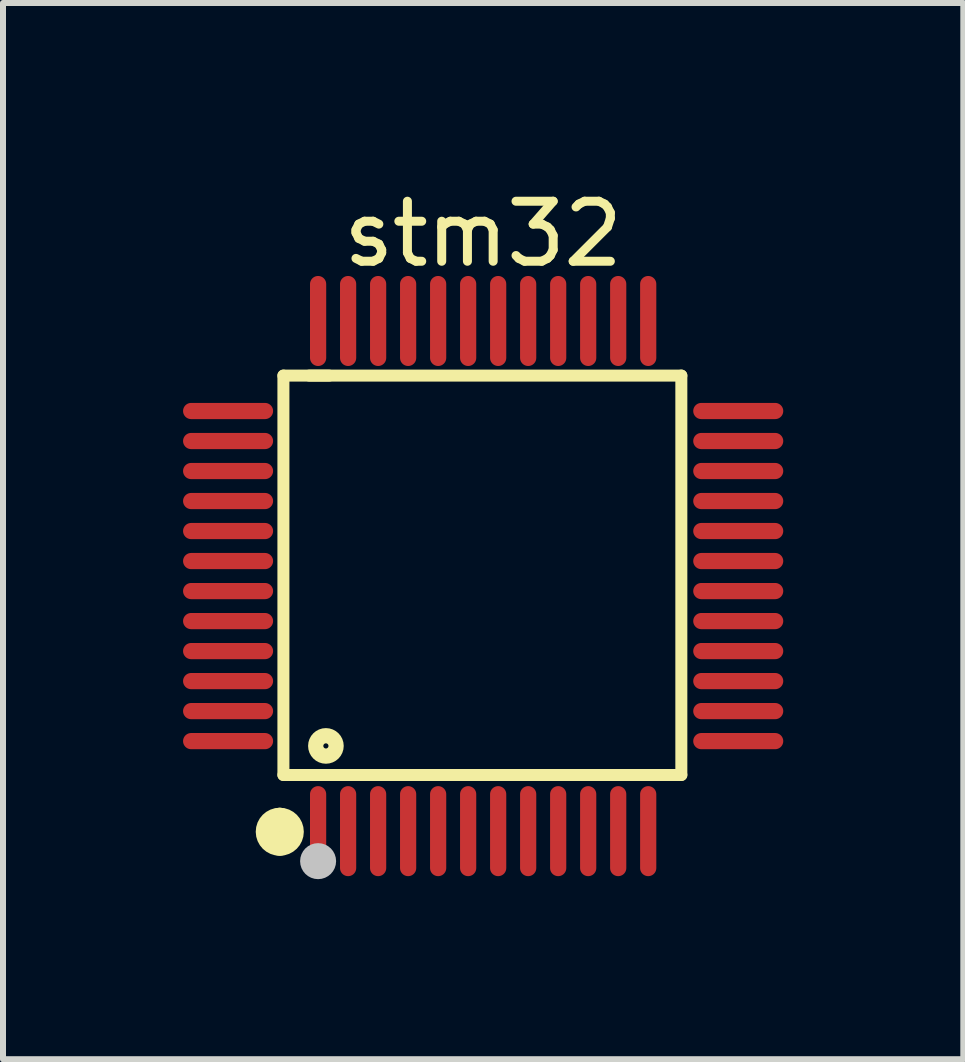
<source format=kicad_pcb>
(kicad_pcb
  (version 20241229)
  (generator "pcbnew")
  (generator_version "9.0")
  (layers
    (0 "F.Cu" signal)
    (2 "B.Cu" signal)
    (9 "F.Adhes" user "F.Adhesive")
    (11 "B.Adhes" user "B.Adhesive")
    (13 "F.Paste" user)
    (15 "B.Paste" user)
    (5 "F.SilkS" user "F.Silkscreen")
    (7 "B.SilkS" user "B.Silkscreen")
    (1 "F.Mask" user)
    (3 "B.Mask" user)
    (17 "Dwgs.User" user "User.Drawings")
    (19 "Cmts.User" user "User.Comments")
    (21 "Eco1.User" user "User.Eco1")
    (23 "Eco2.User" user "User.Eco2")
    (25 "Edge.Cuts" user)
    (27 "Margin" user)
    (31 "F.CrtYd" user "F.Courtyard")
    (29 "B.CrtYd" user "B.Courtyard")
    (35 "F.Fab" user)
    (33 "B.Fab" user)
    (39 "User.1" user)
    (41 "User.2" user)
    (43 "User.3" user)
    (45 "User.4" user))
  (footprint "stm32"
    (layer "F.Cu")
    (at 5 6.548)
    (property "Reference" "stm32" (at 0 -5.7 0) (layer "F.SilkS") (effects (font (size 1 1) (thickness 0.15))))
    (fp_line (start -3.328 -3.34) (end -2.566 -3.34) (stroke (width 0.2) (type default)) (layer "F.SilkS"))
    (fp_line (start -3.328 3.314) (end -3.328 -3.34) (stroke (width 0.2) (type default)) (layer "F.SilkS"))
    (fp_line (start -2.896 -3.34) (end 3.302 -3.34) (stroke (width 0.2) (type default)) (layer "F.SilkS"))
    (fp_line (start 3.302 -3.34) (end 3.302 3.314) (stroke (width 0.2) (type default)) (layer "F.SilkS"))
    (fp_line (start 3.302 3.314) (end -3.328 3.314) (stroke (width 0.2) (type default)) (layer "F.SilkS"))
    (fp_arc (start -3.3885 4.46) (mid -3.588499 4.26075) (end -3.39 4.06) (stroke (width 0.4) (type default)) (layer "F.SilkS"))
    (fp_arc (start -3.3875 4.06) (mid -3.188498 4.2605) (end -3.3885 4.46) (stroke (width 0.4) (type default)) (layer "F.SilkS"))
    (fp_circle (center -2.62 2.83) (end -2.45 2.83) (stroke (width 0.254) (type default)) (fill no) (layer "F.SilkS"))
    (fp_circle (center -2.75 4.75) (end -2.6 4.75) (stroke (width 0.3) (type default)) (fill no) (layer "Dwgs.User"))
    (fp_poly (pts (xy -4.5 -2.865) (xy -3.8 -2.865) (xy -3.8 -2.635) (xy -4.5 -2.635)) (stroke (width 0.1) (type default)) (fill no) (layer "User.1"))
    (fp_poly (pts (xy -4.5 -2.365) (xy -3.8 -2.365) (xy -3.8 -2.135) (xy -4.5 -2.135)) (stroke (width 0.1) (type default)) (fill no) (layer "User.1"))
    (fp_poly (pts (xy -4.5 -1.865) (xy -3.8 -1.865) (xy -3.8 -1.635) (xy -4.5 -1.635)) (stroke (width 0.1) (type default)) (fill no) (layer "User.1"))
    (fp_poly (pts (xy -4.5 -1.365) (xy -3.8 -1.365) (xy -3.8 -1.135) (xy -4.5 -1.135)) (stroke (width 0.1) (type default)) (fill no) (layer "User.1"))
    (fp_poly (pts (xy -4.5 -0.865) (xy -3.8 -0.865) (xy -3.8 -0.635) (xy -4.5 -0.635)) (stroke (width 0.1) (type default)) (fill no) (layer "User.1"))
    (fp_poly (pts (xy -4.5 -0.365) (xy -3.8 -0.365) (xy -3.8 -0.135) (xy -4.5 -0.135)) (stroke (width 0.1) (type default)) (fill no) (layer "User.1"))
    (fp_poly (pts (xy -4.5 0.135) (xy -3.8 0.135) (xy -3.8 0.365) (xy -4.5 0.365)) (stroke (width 0.1) (type default)) (fill no) (layer "User.1"))
    (fp_poly (pts (xy -4.5 0.635) (xy -3.8 0.635) (xy -3.8 0.865) (xy -4.5 0.865)) (stroke (width 0.1) (type default)) (fill no) (layer "User.1"))
    (fp_poly (pts (xy -4.5 1.135) (xy -3.8 1.135) (xy -3.8 1.365) (xy -4.5 1.365)) (stroke (width 0.1) (type default)) (fill no) (layer "User.1"))
    (fp_poly (pts (xy -4.5 1.635) (xy -3.8 1.635) (xy -3.8 1.865) (xy -4.5 1.865)) (stroke (width 0.1) (type default)) (fill no) (layer "User.1"))
    (fp_poly (pts (xy -4.5 2.135) (xy -3.8 2.135) (xy -3.8 2.365) (xy -4.5 2.365)) (stroke (width 0.1) (type default)) (fill no) (layer "User.1"))
    (fp_poly (pts (xy -4.5 2.635) (xy -3.8 2.635) (xy -3.8 2.865) (xy -4.5 2.865)) (stroke (width 0.1) (type default)) (fill no) (layer "User.1"))
    (fp_poly (pts (xy -3.81 -2.865) (xy -3.49 -2.865) (xy -3.49 -2.635) (xy -3.81 -2.635)) (stroke (width 0.1) (type default)) (fill no) (layer "User.1"))
    (fp_poly (pts (xy -3.81 -2.365) (xy -3.49 -2.365) (xy -3.49 -2.135) (xy -3.81 -2.135)) (stroke (width 0.1) (type default)) (fill no) (layer "User.1"))
    (fp_poly (pts (xy -3.81 -1.865) (xy -3.49 -1.865) (xy -3.49 -1.635) (xy -3.81 -1.635)) (stroke (width 0.1) (type default)) (fill no) (layer "User.1"))
    (fp_poly (pts (xy -3.81 -1.365) (xy -3.49 -1.365) (xy -3.49 -1.135) (xy -3.81 -1.135)) (stroke (width 0.1) (type default)) (fill no) (layer "User.1"))
    (fp_poly (pts (xy -3.81 -0.865) (xy -3.49 -0.865) (xy -3.49 -0.635) (xy -3.81 -0.635)) (stroke (width 0.1) (type default)) (fill no) (layer "User.1"))
    (fp_poly (pts (xy -3.81 -0.365) (xy -3.49 -0.365) (xy -3.49 -0.135) (xy -3.81 -0.135)) (stroke (width 0.1) (type default)) (fill no) (layer "User.1"))
    (fp_poly (pts (xy -3.81 0.135) (xy -3.49 0.135) (xy -3.49 0.365) (xy -3.81 0.365)) (stroke (width 0.1) (type default)) (fill no) (layer "User.1"))
    (fp_poly (pts (xy -3.81 0.635) (xy -3.49 0.635) (xy -3.49 0.865) (xy -3.81 0.865)) (stroke (width 0.1) (type default)) (fill no) (layer "User.1"))
    (fp_poly (pts (xy -3.81 1.135) (xy -3.49 1.135) (xy -3.49 1.365) (xy -3.81 1.365)) (stroke (width 0.1) (type default)) (fill no) (layer "User.1"))
    (fp_poly (pts (xy -3.81 1.635) (xy -3.49 1.635) (xy -3.49 1.865) (xy -3.81 1.865)) (stroke (width 0.1) (type default)) (fill no) (layer "User.1"))
    (fp_poly (pts (xy -3.81 2.135) (xy -3.49 2.135) (xy -3.49 2.365) (xy -3.81 2.365)) (stroke (width 0.1) (type default)) (fill no) (layer "User.1"))
    (fp_poly (pts (xy -3.81 2.635) (xy -3.49 2.635) (xy -3.49 2.865) (xy -3.81 2.865)) (stroke (width 0.1) (type default)) (fill no) (layer "User.1"))
    (fp_poly (pts (xy -2.865 3.81) (xy -2.865 3.49) (xy -2.635 3.49) (xy -2.635 3.81)) (stroke (width 0.1) (type default)) (fill no) (layer "User.1"))
    (fp_poly (pts (xy -2.865 4.5) (xy -2.865 3.8) (xy -2.635 3.8) (xy -2.635 4.5)) (stroke (width 0.1) (type default)) (fill no) (layer "User.1"))
    (fp_poly (pts (xy -2.635 -4.5) (xy -2.635 -3.8) (xy -2.865 -3.8) (xy -2.865 -4.5)) (stroke (width 0.1) (type default)) (fill no) (layer "User.1"))
    (fp_poly (pts (xy -2.635 -3.81) (xy -2.635 -3.49) (xy -2.865 -3.49) (xy -2.865 -3.81)) (stroke (width 0.1) (type default)) (fill no) (layer "User.1"))
    (fp_poly (pts (xy -2.365 3.81) (xy -2.365 3.49) (xy -2.135 3.49) (xy -2.135 3.81)) (stroke (width 0.1) (type default)) (fill no) (layer "User.1"))
    (fp_poly (pts (xy -2.365 4.5) (xy -2.365 3.8) (xy -2.135 3.8) (xy -2.135 4.5)) (stroke (width 0.1) (type default)) (fill no) (layer "User.1"))
    (fp_poly (pts (xy -2.135 -4.5) (xy -2.135 -3.8) (xy -2.365 -3.8) (xy -2.365 -4.5)) (stroke (width 0.1) (type default)) (fill no) (layer "User.1"))
    (fp_poly (pts (xy -2.135 -3.81) (xy -2.135 -3.49) (xy -2.365 -3.49) (xy -2.365 -3.81)) (stroke (width 0.1) (type default)) (fill no) (layer "User.1"))
    (fp_poly (pts (xy -1.865 3.81) (xy -1.865 3.49) (xy -1.635 3.49) (xy -1.635 3.81)) (stroke (width 0.1) (type default)) (fill no) (layer "User.1"))
    (fp_poly (pts (xy -1.865 4.5) (xy -1.865 3.8) (xy -1.635 3.8) (xy -1.635 4.5)) (stroke (width 0.1) (type default)) (fill no) (layer "User.1"))
    (fp_poly (pts (xy -1.635 -4.5) (xy -1.635 -3.8) (xy -1.865 -3.8) (xy -1.865 -4.5)) (stroke (width 0.1) (type default)) (fill no) (layer "User.1"))
    (fp_poly (pts (xy -1.635 -3.81) (xy -1.635 -3.49) (xy -1.865 -3.49) (xy -1.865 -3.81)) (stroke (width 0.1) (type default)) (fill no) (layer "User.1"))
    (fp_poly (pts (xy -1.365 3.81) (xy -1.365 3.49) (xy -1.135 3.49) (xy -1.135 3.81)) (stroke (width 0.1) (type default)) (fill no) (layer "User.1"))
    (fp_poly (pts (xy -1.365 4.5) (xy -1.365 3.8) (xy -1.135 3.8) (xy -1.135 4.5)) (stroke (width 0.1) (type default)) (fill no) (layer "User.1"))
    (fp_poly (pts (xy -1.135 -4.5) (xy -1.135 -3.8) (xy -1.365 -3.8) (xy -1.365 -4.5)) (stroke (width 0.1) (type default)) (fill no) (layer "User.1"))
    (fp_poly (pts (xy -1.135 -3.81) (xy -1.135 -3.49) (xy -1.365 -3.49) (xy -1.365 -3.81)) (stroke (width 0.1) (type default)) (fill no) (layer "User.1"))
    (fp_poly (pts (xy -0.865 3.81) (xy -0.865 3.49) (xy -0.635 3.49) (xy -0.635 3.81)) (stroke (width 0.1) (type default)) (fill no) (layer "User.1"))
    (fp_poly (pts (xy -0.865 4.5) (xy -0.865 3.8) (xy -0.635 3.8) (xy -0.635 4.5)) (stroke (width 0.1) (type default)) (fill no) (layer "User.1"))
    (fp_poly (pts (xy -0.635 -4.5) (xy -0.635 -3.8) (xy -0.865 -3.8) (xy -0.865 -4.5)) (stroke (width 0.1) (type default)) (fill no) (layer "User.1"))
    (fp_poly (pts (xy -0.635 -3.81) (xy -0.635 -3.49) (xy -0.865 -3.49) (xy -0.865 -3.81)) (stroke (width 0.1) (type default)) (fill no) (layer "User.1"))
    (fp_poly (pts (xy -0.365 3.81) (xy -0.365 3.49) (xy -0.135 3.49) (xy -0.135 3.81)) (stroke (width 0.1) (type default)) (fill no) (layer "User.1"))
    (fp_poly (pts (xy -0.365 4.5) (xy -0.365 3.8) (xy -0.135 3.8) (xy -0.135 4.5)) (stroke (width 0.1) (type default)) (fill no) (layer "User.1"))
    (fp_poly (pts (xy -0.135 -4.5) (xy -0.135 -3.8) (xy -0.365 -3.8) (xy -0.365 -4.5)) (stroke (width 0.1) (type default)) (fill no) (layer "User.1"))
    (fp_poly (pts (xy -0.135 -3.81) (xy -0.135 -3.49) (xy -0.365 -3.49) (xy -0.365 -3.81)) (stroke (width 0.1) (type default)) (fill no) (layer "User.1"))
    (fp_poly (pts (xy 0.135 3.81) (xy 0.135 3.49) (xy 0.365 3.49) (xy 0.365 3.81)) (stroke (width 0.1) (type default)) (fill no) (layer "User.1"))
    (fp_poly (pts (xy 0.135 4.5) (xy 0.135 3.8) (xy 0.365 3.8) (xy 0.365 4.5)) (stroke (width 0.1) (type default)) (fill no) (layer "User.1"))
    (fp_poly (pts (xy 0.365 -4.5) (xy 0.365 -3.8) (xy 0.135 -3.8) (xy 0.135 -4.5)) (stroke (width 0.1) (type default)) (fill no) (layer "User.1"))
    (fp_poly (pts (xy 0.365 -3.81) (xy 0.365 -3.49) (xy 0.135 -3.49) (xy 0.135 -3.81)) (stroke (width 0.1) (type default)) (fill no) (layer "User.1"))
    (fp_poly (pts (xy 0.635 3.81) (xy 0.635 3.49) (xy 0.865 3.49) (xy 0.865 3.81)) (stroke (width 0.1) (type default)) (fill no) (layer "User.1"))
    (fp_poly (pts (xy 0.635 4.5) (xy 0.635 3.8) (xy 0.865 3.8) (xy 0.865 4.5)) (stroke (width 0.1) (type default)) (fill no) (layer "User.1"))
    (fp_poly (pts (xy 0.865 -4.5) (xy 0.865 -3.8) (xy 0.635 -3.8) (xy 0.635 -4.5)) (stroke (width 0.1) (type default)) (fill no) (layer "User.1"))
    (fp_poly (pts (xy 0.865 -3.81) (xy 0.865 -3.49) (xy 0.635 -3.49) (xy 0.635 -3.81)) (stroke (width 0.1) (type default)) (fill no) (layer "User.1"))
    (fp_poly (pts (xy 1.135 3.81) (xy 1.135 3.49) (xy 1.365 3.49) (xy 1.365 3.81)) (stroke (width 0.1) (type default)) (fill no) (layer "User.1"))
    (fp_poly (pts (xy 1.135 4.5) (xy 1.135 3.8) (xy 1.365 3.8) (xy 1.365 4.5)) (stroke (width 0.1) (type default)) (fill no) (layer "User.1"))
    (fp_poly (pts (xy 1.365 -4.5) (xy 1.365 -3.8) (xy 1.135 -3.8) (xy 1.135 -4.5)) (stroke (width 0.1) (type default)) (fill no) (layer "User.1"))
    (fp_poly (pts (xy 1.365 -3.81) (xy 1.365 -3.49) (xy 1.135 -3.49) (xy 1.135 -3.81)) (stroke (width 0.1) (type default)) (fill no) (layer "User.1"))
    (fp_poly (pts (xy 1.635 3.81) (xy 1.635 3.49) (xy 1.865 3.49) (xy 1.865 3.81)) (stroke (width 0.1) (type default)) (fill no) (layer "User.1"))
    (fp_poly (pts (xy 1.635 4.5) (xy 1.635 3.8) (xy 1.865 3.8) (xy 1.865 4.5)) (stroke (width 0.1) (type default)) (fill no) (layer "User.1"))
    (fp_poly (pts (xy 1.865 -4.5) (xy 1.865 -3.8) (xy 1.635 -3.8) (xy 1.635 -4.5)) (stroke (width 0.1) (type default)) (fill no) (layer "User.1"))
    (fp_poly (pts (xy 1.865 -3.81) (xy 1.865 -3.49) (xy 1.635 -3.49) (xy 1.635 -3.81)) (stroke (width 0.1) (type default)) (fill no) (layer "User.1"))
    (fp_poly (pts (xy 2.135 3.81) (xy 2.135 3.49) (xy 2.365 3.49) (xy 2.365 3.81)) (stroke (width 0.1) (type default)) (fill no) (layer "User.1"))
    (fp_poly (pts (xy 2.135 4.5) (xy 2.135 3.8) (xy 2.365 3.8) (xy 2.365 4.5)) (stroke (width 0.1) (type default)) (fill no) (layer "User.1"))
    (fp_poly (pts (xy 2.365 -4.5) (xy 2.365 -3.8) (xy 2.135 -3.8) (xy 2.135 -4.5)) (stroke (width 0.1) (type default)) (fill no) (layer "User.1"))
    (fp_poly (pts (xy 2.365 -3.81) (xy 2.365 -3.49) (xy 2.135 -3.49) (xy 2.135 -3.81)) (stroke (width 0.1) (type default)) (fill no) (layer "User.1"))
    (fp_poly (pts (xy 2.635 3.81) (xy 2.635 3.49) (xy 2.865 3.49) (xy 2.865 3.81)) (stroke (width 0.1) (type default)) (fill no) (layer "User.1"))
    (fp_poly (pts (xy 2.635 4.5) (xy 2.635 3.8) (xy 2.865 3.8) (xy 2.865 4.5)) (stroke (width 0.1) (type default)) (fill no) (layer "User.1"))
    (fp_poly (pts (xy 2.865 -4.5) (xy 2.865 -3.8) (xy 2.635 -3.8) (xy 2.635 -4.5)) (stroke (width 0.1) (type default)) (fill no) (layer "User.1"))
    (fp_poly (pts (xy 2.865 -3.81) (xy 2.865 -3.49) (xy 2.635 -3.49) (xy 2.635 -3.81)) (stroke (width 0.1) (type default)) (fill no) (layer "User.1"))
    (fp_poly (pts (xy 3.81 -2.635) (xy 3.49 -2.635) (xy 3.49 -2.865) (xy 3.81 -2.865)) (stroke (width 0.1) (type default)) (fill no) (layer "User.1"))
    (fp_poly (pts (xy 3.81 -2.135) (xy 3.49 -2.135) (xy 3.49 -2.365) (xy 3.81 -2.365)) (stroke (width 0.1) (type default)) (fill no) (layer "User.1"))
    (fp_poly (pts (xy 3.81 -1.635) (xy 3.49 -1.635) (xy 3.49 -1.865) (xy 3.81 -1.865)) (stroke (width 0.1) (type default)) (fill no) (layer "User.1"))
    (fp_poly (pts (xy 3.81 -1.135) (xy 3.49 -1.135) (xy 3.49 -1.365) (xy 3.81 -1.365)) (stroke (width 0.1) (type default)) (fill no) (layer "User.1"))
    (fp_poly (pts (xy 3.81 -0.635) (xy 3.49 -0.635) (xy 3.49 -0.865) (xy 3.81 -0.865)) (stroke (width 0.1) (type default)) (fill no) (layer "User.1"))
    (fp_poly (pts (xy 3.81 -0.135) (xy 3.49 -0.135) (xy 3.49 -0.365) (xy 3.81 -0.365)) (stroke (width 0.1) (type default)) (fill no) (layer "User.1"))
    (fp_poly (pts (xy 3.81 0.365) (xy 3.49 0.365) (xy 3.49 0.135) (xy 3.81 0.135)) (stroke (width 0.1) (type default)) (fill no) (layer "User.1"))
    (fp_poly (pts (xy 3.81 0.865) (xy 3.49 0.865) (xy 3.49 0.635) (xy 3.81 0.635)) (stroke (width 0.1) (type default)) (fill no) (layer "User.1"))
    (fp_poly (pts (xy 3.81 1.365) (xy 3.49 1.365) (xy 3.49 1.135) (xy 3.81 1.135)) (stroke (width 0.1) (type default)) (fill no) (layer "User.1"))
    (fp_poly (pts (xy 3.81 1.865) (xy 3.49 1.865) (xy 3.49 1.635) (xy 3.81 1.635)) (stroke (width 0.1) (type default)) (fill no) (layer "User.1"))
    (fp_poly (pts (xy 3.81 2.365) (xy 3.49 2.365) (xy 3.49 2.135) (xy 3.81 2.135)) (stroke (width 0.1) (type default)) (fill no) (layer "User.1"))
    (fp_poly (pts (xy 3.81 2.865) (xy 3.49 2.865) (xy 3.49 2.635) (xy 3.81 2.635)) (stroke (width 0.1) (type default)) (fill no) (layer "User.1"))
    (fp_poly (pts (xy 4.5 -2.635) (xy 3.8 -2.635) (xy 3.8 -2.865) (xy 4.5 -2.865)) (stroke (width 0.1) (type default)) (fill no) (layer "User.1"))
    (fp_poly (pts (xy 4.5 -2.135) (xy 3.8 -2.135) (xy 3.8 -2.365) (xy 4.5 -2.365)) (stroke (width 0.1) (type default)) (fill no) (layer "User.1"))
    (fp_poly (pts (xy 4.5 -1.635) (xy 3.8 -1.635) (xy 3.8 -1.865) (xy 4.5 -1.865)) (stroke (width 0.1) (type default)) (fill no) (layer "User.1"))
    (fp_poly (pts (xy 4.5 -1.135) (xy 3.8 -1.135) (xy 3.8 -1.365) (xy 4.5 -1.365)) (stroke (width 0.1) (type default)) (fill no) (layer "User.1"))
    (fp_poly (pts (xy 4.5 -0.635) (xy 3.8 -0.635) (xy 3.8 -0.865) (xy 4.5 -0.865)) (stroke (width 0.1) (type default)) (fill no) (layer "User.1"))
    (fp_poly (pts (xy 4.5 -0.135) (xy 3.8 -0.135) (xy 3.8 -0.365) (xy 4.5 -0.365)) (stroke (width 0.1) (type default)) (fill no) (layer "User.1"))
    (fp_poly (pts (xy 4.5 0.365) (xy 3.8 0.365) (xy 3.8 0.135) (xy 4.5 0.135)) (stroke (width 0.1) (type default)) (fill no) (layer "User.1"))
    (fp_poly (pts (xy 4.5 0.865) (xy 3.8 0.865) (xy 3.8 0.635) (xy 4.5 0.635)) (stroke (width 0.1) (type default)) (fill no) (layer "User.1"))
    (fp_poly (pts (xy 4.5 1.365) (xy 3.8 1.365) (xy 3.8 1.135) (xy 4.5 1.135)) (stroke (width 0.1) (type default)) (fill no) (layer "User.1"))
    (fp_poly (pts (xy 4.5 1.865) (xy 3.8 1.865) (xy 3.8 1.635) (xy 4.5 1.635)) (stroke (width 0.1) (type default)) (fill no) (layer "User.1"))
    (fp_poly (pts (xy 4.5 2.365) (xy 3.8 2.365) (xy 3.8 2.135) (xy 4.5 2.135)) (stroke (width 0.1) (type default)) (fill no) (layer "User.1"))
    (fp_poly (pts (xy 4.5 2.865) (xy 3.8 2.865) (xy 3.8 2.635) (xy 4.5 2.635)) (stroke (width 0.1) (type default)) (fill no) (layer "User.1"))
    (fp_line (start -3.5 -3.5) (end 3.5 -3.5) (stroke (width 0.051) (type default)) (layer "User.2"))
    (fp_line (start -3.5 3.5) (end -3.5 -3.5) (stroke (width 0.051) (type default)) (layer "User.2"))
    (fp_line (start 3.5 -3.5) (end 3.5 3.5) (stroke (width 0.051) (type default)) (layer "User.2"))
    (fp_line (start 3.5 3.5) (end -3.5 3.5) (stroke (width 0.051) (type default)) (layer "User.2"))
    (fp_poly (pts (xy -4.445 4.477) (xy -4.477 4.445) (xy -4.523 4.445) (xy -4.555 4.477) (xy -4.555 4.523) (xy -4.523 4.555) (xy -4.477 4.555) (xy -4.445 4.523)) (stroke (width 0.1) (type default)) (fill no) (layer "User.3"))
    (pad "1" smd oval (at -2.75 4.25) (size 0.27 1.5) (layers "F.Cu" "F.Mask" "F.Paste"))
    (pad "2" smd oval (at -2.25 4.25) (size 0.27 1.5) (layers "F.Cu" "F.Mask" "F.Paste"))
    (pad "3" smd oval (at -1.75 4.25) (size 0.27 1.5) (layers "F.Cu" "F.Mask" "F.Paste"))
    (pad "4" smd oval (at -1.25 4.25) (size 0.27 1.5) (layers "F.Cu" "F.Mask" "F.Paste"))
    (pad "5" smd oval (at -0.75 4.25) (size 0.27 1.5) (layers "F.Cu" "F.Mask" "F.Paste"))
    (pad "6" smd oval (at -0.25 4.25) (size 0.27 1.5) (layers "F.Cu" "F.Mask" "F.Paste"))
    (pad "7" smd oval (at 0.25 4.25) (size 0.27 1.5) (layers "F.Cu" "F.Mask" "F.Paste"))
    (pad "8" smd oval (at 0.75 4.25) (size 0.27 1.5) (layers "F.Cu" "F.Mask" "F.Paste"))
    (pad "9" smd oval (at 1.25 4.25) (size 0.27 1.5) (layers "F.Cu" "F.Mask" "F.Paste"))
    (pad "10" smd oval (at 1.75 4.25) (size 0.27 1.5) (layers "F.Cu" "F.Mask" "F.Paste"))
    (pad "11" smd oval (at 2.25 4.25) (size 0.27 1.5) (layers "F.Cu" "F.Mask" "F.Paste"))
    (pad "12" smd oval (at 2.75 4.25) (size 0.27 1.5) (layers "F.Cu" "F.Mask" "F.Paste"))
    (pad "13" smd oval (at 4.25 2.75) (size 1.5 0.27) (layers "F.Cu" "F.Mask" "F.Paste"))
    (pad "14" smd oval (at 4.25 2.25) (size 1.5 0.27) (layers "F.Cu" "F.Mask" "F.Paste"))
    (pad "15" smd oval (at 4.25 1.75) (size 1.5 0.27) (layers "F.Cu" "F.Mask" "F.Paste"))
    (pad "16" smd oval (at 4.25 1.25) (size 1.5 0.27) (layers "F.Cu" "F.Mask" "F.Paste"))
    (pad "17" smd oval (at 4.25 0.75) (size 1.5 0.27) (layers "F.Cu" "F.Mask" "F.Paste"))
    (pad "18" smd oval (at 4.25 0.25) (size 1.5 0.27) (layers "F.Cu" "F.Mask" "F.Paste"))
    (pad "19" smd oval (at 4.25 -0.25) (size 1.5 0.27) (layers "F.Cu" "F.Mask" "F.Paste"))
    (pad "20" smd oval (at 4.25 -0.75) (size 1.5 0.27) (layers "F.Cu" "F.Mask" "F.Paste"))
    (pad "21" smd oval (at 4.25 -1.25) (size 1.5 0.27) (layers "F.Cu" "F.Mask" "F.Paste"))
    (pad "22" smd oval (at 4.25 -1.75) (size 1.5 0.27) (layers "F.Cu" "F.Mask" "F.Paste"))
    (pad "23" smd oval (at 4.25 -2.25) (size 1.5 0.27) (layers "F.Cu" "F.Mask" "F.Paste"))
    (pad "24" smd oval (at 4.25 -2.75) (size 1.5 0.27) (layers "F.Cu" "F.Mask" "F.Paste"))
    (pad "25" smd oval (at 2.75 -4.25) (size 0.27 1.5) (layers "F.Cu" "F.Mask" "F.Paste"))
    (pad "26" smd oval (at 2.25 -4.25) (size 0.27 1.5) (layers "F.Cu" "F.Mask" "F.Paste"))
    (pad "27" smd oval (at 1.75 -4.25) (size 0.27 1.5) (layers "F.Cu" "F.Mask" "F.Paste"))
    (pad "28" smd oval (at 1.25 -4.25) (size 0.27 1.5) (layers "F.Cu" "F.Mask" "F.Paste"))
    (pad "29" smd oval (at 0.75 -4.25) (size 0.27 1.5) (layers "F.Cu" "F.Mask" "F.Paste"))
    (pad "30" smd oval (at 0.25 -4.25) (size 0.27 1.5) (layers "F.Cu" "F.Mask" "F.Paste"))
    (pad "31" smd oval (at -0.25 -4.25) (size 0.27 1.5) (layers "F.Cu" "F.Mask" "F.Paste"))
    (pad "32" smd oval (at -0.75 -4.25) (size 0.27 1.5) (layers "F.Cu" "F.Mask" "F.Paste"))
    (pad "33" smd oval (at -1.25 -4.25) (size 0.27 1.5) (layers "F.Cu" "F.Mask" "F.Paste"))
    (pad "34" smd oval (at -1.75 -4.25) (size 0.27 1.5) (layers "F.Cu" "F.Mask" "F.Paste"))
    (pad "35" smd oval (at -2.25 -4.25) (size 0.27 1.5) (layers "F.Cu" "F.Mask" "F.Paste"))
    (pad "36" smd oval (at -2.75 -4.25) (size 0.27 1.5) (layers "F.Cu" "F.Mask" "F.Paste"))
    (pad "37" smd oval (at -4.25 -2.75) (size 1.5 0.27) (layers "F.Cu" "F.Mask" "F.Paste"))
    (pad "38" smd oval (at -4.25 -2.25) (size 1.5 0.27) (layers "F.Cu" "F.Mask" "F.Paste"))
    (pad "39" smd oval (at -4.25 -1.75) (size 1.5 0.27) (layers "F.Cu" "F.Mask" "F.Paste"))
    (pad "40" smd oval (at -4.25 -1.25) (size 1.5 0.27) (layers "F.Cu" "F.Mask" "F.Paste"))
    (pad "41" smd oval (at -4.25 -0.75) (size 1.5 0.27) (layers "F.Cu" "F.Mask" "F.Paste"))
    (pad "42" smd oval (at -4.25 -0.25) (size 1.5 0.27) (layers "F.Cu" "F.Mask" "F.Paste"))
    (pad "43" smd oval (at -4.25 0.25) (size 1.5 0.27) (layers "F.Cu" "F.Mask" "F.Paste"))
    (pad "44" smd oval (at -4.25 0.75) (size 1.5 0.27) (layers "F.Cu" "F.Mask" "F.Paste"))
    (pad "45" smd oval (at -4.25 1.25) (size 1.5 0.27) (layers "F.Cu" "F.Mask" "F.Paste"))
    (pad "46" smd oval (at -4.25 1.75) (size 1.5 0.27) (layers "F.Cu" "F.Mask" "F.Paste"))
    (pad "47" smd oval (at -4.25 2.25) (size 1.5 0.27) (layers "F.Cu" "F.Mask" "F.Paste"))
    (pad "48" smd oval (at -4.25 2.75) (size 1.5 0.27) (layers "F.Cu" "F.Mask" "F.Paste")))
  (gr_rect
    (start -3 -3)
    (end 13 14.598)
    (stroke (width 0.1) (type default))
    (fill no)
    (layer "Edge.Cuts")))
</source>
